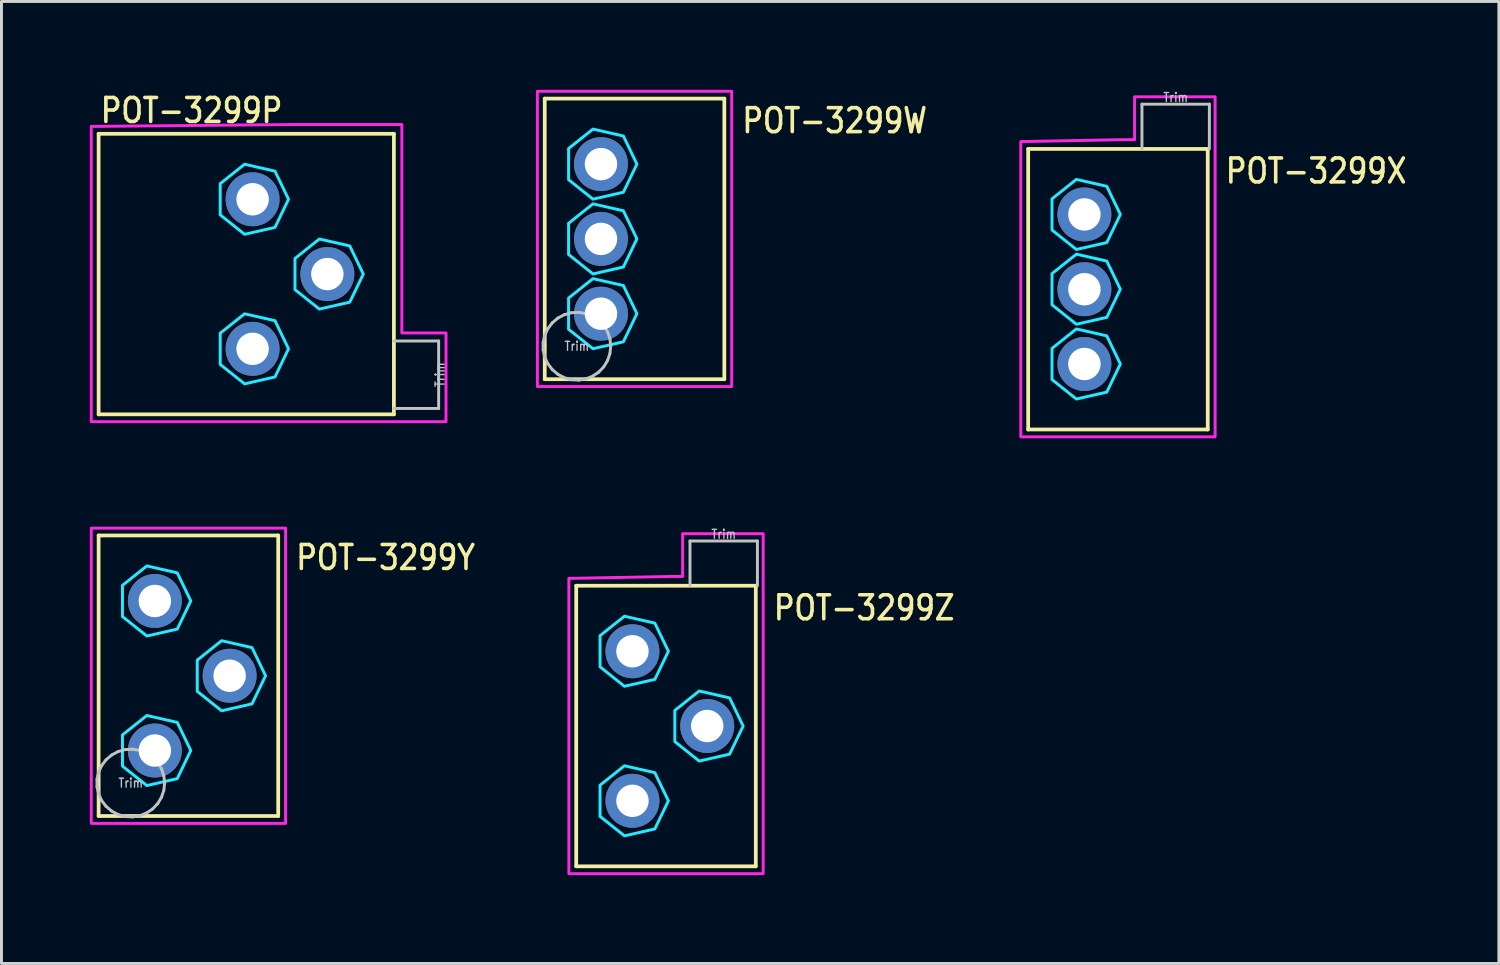
<source format=kicad_pcb>
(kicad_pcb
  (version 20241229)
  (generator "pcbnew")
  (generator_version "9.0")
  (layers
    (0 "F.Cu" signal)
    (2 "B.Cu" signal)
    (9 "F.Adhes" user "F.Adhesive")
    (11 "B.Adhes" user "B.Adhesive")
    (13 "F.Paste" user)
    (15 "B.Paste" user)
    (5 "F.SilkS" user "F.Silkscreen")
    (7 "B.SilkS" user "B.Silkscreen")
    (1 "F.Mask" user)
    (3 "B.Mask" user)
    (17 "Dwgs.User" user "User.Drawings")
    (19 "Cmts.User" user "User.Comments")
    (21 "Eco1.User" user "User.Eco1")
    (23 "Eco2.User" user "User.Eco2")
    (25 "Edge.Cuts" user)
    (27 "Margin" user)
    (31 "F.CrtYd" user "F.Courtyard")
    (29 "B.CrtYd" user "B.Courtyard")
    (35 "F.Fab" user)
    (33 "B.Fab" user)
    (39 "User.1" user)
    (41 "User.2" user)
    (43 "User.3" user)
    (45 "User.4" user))
  (footprint "POT-3299W"
    (layer "F.Cu")
    (at 17.364 5.065)
    (property "Reference" "POT-3299W" (at 4.73 -3.54 0) (unlocked yes) (layer "F.SilkS") (effects (font (size 0.813 0.695) (thickness 0.122)) (justify left bottom)))
    (fp_line (start -1.91 -4.765) (end 4.19 -4.765) (stroke (width 0.127) (type solid)) (layer "F.SilkS"))
    (fp_line (start -1.91 4.765) (end -1.91 -4.765) (stroke (width 0.127) (type solid)) (layer "F.SilkS"))
    (fp_line (start 4.19 -4.765) (end 4.19 4.765) (stroke (width 0.127) (type solid)) (layer "F.SilkS"))
    (fp_line (start 4.19 4.765) (end -1.91 4.765) (stroke (width 0.127) (type solid)) (layer "F.SilkS"))
    (fp_line (start -1.965 3.52) (end -1.965 3.77) (stroke (width 0.1) (type solid)) (layer "Dwgs.User"))
    (fp_line (start -1.965 3.77) (end -1.911 4.013) (stroke (width 0.1) (type solid)) (layer "Dwgs.User"))
    (fp_line (start -1.911 3.277) (end -1.965 3.52) (stroke (width 0.1) (type solid)) (layer "Dwgs.User"))
    (fp_line (start -1.911 4.013) (end -1.807 4.239) (stroke (width 0.1) (type solid)) (layer "Dwgs.User"))
    (fp_line (start -1.807 3.051) (end -1.911 3.277) (stroke (width 0.1) (type solid)) (layer "Dwgs.User"))
    (fp_line (start -1.807 4.239) (end -1.656 4.437) (stroke (width 0.1) (type solid)) (layer "Dwgs.User"))
    (fp_line (start -1.656 2.853) (end -1.807 3.051) (stroke (width 0.1) (type solid)) (layer "Dwgs.User"))
    (fp_line (start -1.656 4.437) (end -1.466 4.598) (stroke (width 0.1) (type solid)) (layer "Dwgs.User"))
    (fp_line (start -1.466 2.692) (end -1.656 2.853) (stroke (width 0.1) (type solid)) (layer "Dwgs.User"))
    (fp_line (start -1.466 4.598) (end -1.246 4.715) (stroke (width 0.1) (type solid)) (layer "Dwgs.User"))
    (fp_line (start -1.246 2.575) (end -1.466 2.692) (stroke (width 0.1) (type solid)) (layer "Dwgs.User"))
    (fp_line (start -1.246 4.715) (end -1.006 4.782) (stroke (width 0.1) (type solid)) (layer "Dwgs.User"))
    (fp_line (start -1.006 2.508) (end -1.246 2.575) (stroke (width 0.1) (type solid)) (layer "Dwgs.User"))
    (fp_line (start -1.006 4.782) (end -0.758 4.795) (stroke (width 0.1) (type solid)) (layer "Dwgs.User"))
    (fp_line (start -0.758 2.495) (end -1.006 2.508) (stroke (width 0.1) (type solid)) (layer "Dwgs.User"))
    (fp_line (start -0.758 4.795) (end -0.512 4.755) (stroke (width 0.1) (type solid)) (layer "Dwgs.User"))
    (fp_line (start -0.512 2.535) (end -0.758 2.495) (stroke (width 0.1) (type solid)) (layer "Dwgs.User"))
    (fp_line (start -0.512 4.755) (end -0.281 4.663) (stroke (width 0.1) (type solid)) (layer "Dwgs.User"))
    (fp_line (start -0.281 2.627) (end -0.512 2.535) (stroke (width 0.1) (type solid)) (layer "Dwgs.User"))
    (fp_line (start -0.281 4.663) (end -0.074 4.523) (stroke (width 0.1) (type solid)) (layer "Dwgs.User"))
    (fp_line (start -0.074 2.767) (end -0.281 2.627) (stroke (width 0.1) (type solid)) (layer "Dwgs.User"))
    (fp_line (start -0.074 4.523) (end 0.097 4.342) (stroke (width 0.1) (type solid)) (layer "Dwgs.User"))
    (fp_line (start 0.097 2.948) (end -0.074 2.767) (stroke (width 0.1) (type solid)) (layer "Dwgs.User"))
    (fp_line (start 0.097 4.342) (end 0.225 4.129) (stroke (width 0.1) (type solid)) (layer "Dwgs.User"))
    (fp_line (start 0.225 3.161) (end 0.097 2.948) (stroke (width 0.1) (type solid)) (layer "Dwgs.User"))
    (fp_line (start 0.225 4.129) (end 0.305 3.893) (stroke (width 0.1) (type solid)) (layer "Dwgs.User"))
    (fp_line (start 0.305 3.397) (end 0.225 3.161) (stroke (width 0.1) (type solid)) (layer "Dwgs.User"))
    (fp_line (start 0.305 3.893) (end 0.332 3.645) (stroke (width 0.1) (type solid)) (layer "Dwgs.User"))
    (fp_line (start 0.332 3.645) (end 0.305 3.397) (stroke (width 0.1) (type solid)) (layer "Dwgs.User"))
    (fp_poly (pts (xy 1.221 -2.54) (xy 0.761 -3.495) (xy -0.272 -3.73) (xy -1.1 -3.07) (xy -1.1 -2.01) (xy -0.272 -1.35) (xy 0.761 -1.585)) (stroke (width 0.1) (type solid)) (fill no) (layer "B.CrtYd"))
    (fp_poly (pts (xy 1.221 0) (xy 0.761 -0.955) (xy -0.272 -1.19) (xy -1.1 -0.53) (xy -1.1 0.53) (xy -0.272 1.19) (xy 0.761 0.955)) (stroke (width 0.1) (type solid)) (fill no) (layer "B.CrtYd"))
    (fp_poly (pts (xy 1.221 2.54) (xy 0.761 1.585) (xy -0.272 1.35) (xy -1.1 2.01) (xy -1.1 3.07) (xy -0.272 3.73) (xy 0.761 3.495)) (stroke (width 0.1) (type solid)) (fill no) (layer "B.CrtYd"))
    (fp_poly (pts (xy -2.16 -5.015) (xy 4.44 -5.015) (xy 4.44 5.015) (xy -2.16 5.015)) (stroke (width 0.1) (type solid)) (fill no) (layer "F.CrtYd"))
    (fp_text user "Trim" (at -0.82 3.645 0) (unlocked yes) (layer "Dwgs.User") (effects (font (size 0.305 0.261) (thickness 0.046))))
    (pad "1" thru_hole oval (at 0 2.54) (size 1.833 1.833) (drill 1.1) (layers "*.Cu" "*.Mask"))
    (pad "2" thru_hole oval (at 0 0) (size 1.833 1.833) (drill 1.1) (layers "*.Cu" "*.Mask"))
    (pad "3" thru_hole oval (at 0 -2.54) (size 1.833 1.833) (drill 1.1) (layers "*.Cu" "*.Mask")))
  (footprint "POT-3299P"
    (layer "F.Cu")
    (at 0.3 6.259)
    (property "Reference" "POT-3299P" (at 0 -5.08 0) (unlocked yes) (layer "F.SilkS") (effects (font (size 0.813 0.695) (thickness 0.122)) (justify left bottom)))
    (fp_line (start 0 -4.765) (end 10.03 -4.765) (stroke (width 0.127) (type solid)) (layer "F.SilkS"))
    (fp_line (start 0 4.765) (end 0 -4.765) (stroke (width 0.127) (type solid)) (layer "F.SilkS"))
    (fp_line (start 10.03 -4.765) (end 10.03 4.765) (stroke (width 0.127) (type solid)) (layer "F.SilkS"))
    (fp_line (start 10.03 4.765) (end 0 4.765) (stroke (width 0.127) (type solid)) (layer "F.SilkS"))
    (fp_line (start 10.03 2.275) (end 11.55 2.275) (stroke (width 0.1) (type solid)) (layer "Dwgs.User"))
    (fp_line (start 11.55 2.275) (end 11.55 4.565) (stroke (width 0.1) (type solid)) (layer "Dwgs.User"))
    (fp_line (start 11.55 4.565) (end 10.03 4.565) (stroke (width 0.1) (type solid)) (layer "Dwgs.User"))
    (fp_poly (pts (xy 6.451 -2.54) (xy 5.991 -3.495) (xy 4.958 -3.73) (xy 4.13 -3.07) (xy 4.13 -2.01) (xy 4.958 -1.35) (xy 5.991 -1.585)) (stroke (width 0.1) (type solid)) (fill no) (layer "B.CrtYd"))
    (fp_poly (pts (xy 6.451 2.54) (xy 5.991 1.585) (xy 4.958 1.35) (xy 4.13 2.01) (xy 4.13 3.07) (xy 4.958 3.73) (xy 5.991 3.495)) (stroke (width 0.1) (type solid)) (fill no) (layer "B.CrtYd"))
    (fp_poly (pts (xy 8.991 0) (xy 8.531 -0.955) (xy 7.498 -1.19) (xy 6.67 -0.53) (xy 6.67 0.53) (xy 7.498 1.19) (xy 8.531 0.955)) (stroke (width 0.1) (type solid)) (fill no) (layer "B.CrtYd"))
    (fp_poly (pts (xy -0.25 -5.015) (xy 6.67 -5.08) (xy 10.3 -5.08) (xy 10.3 2) (xy 11.8 2) (xy 11.8 5.015) (xy -0.25 5.015)) (stroke (width 0.1) (type solid)) (fill no) (layer "F.CrtYd"))
    (fp_text user "Trim" (at 11.595 3.42 90) (unlocked yes) (layer "Dwgs.User") (effects (font (size 0.305 0.261) (thickness 0.046))))
    (pad "P$1" thru_hole oval (at 5.23 2.54) (size 1.833 1.833) (drill 1.1) (layers "*.Cu" "*.Mask"))
    (pad "P$2" thru_hole oval (at 7.77 0) (size 1.833 1.833) (drill 1.1) (layers "*.Cu" "*.Mask"))
    (pad "P$3" thru_hole oval (at 5.23 -2.54) (size 1.833 1.833) (drill 1.1) (layers "*.Cu" "*.Mask")))
  (footprint "POT-3299Z"
    (layer "F.Cu")
    (at 18.433 21.612)
    (property "Reference" "POT-3299Z" (at 4.73 -3.54 0) (unlocked yes) (layer "F.SilkS") (effects (font (size 0.813 0.695) (thickness 0.122)) (justify left bottom)))
    (fp_line (start -1.91 -4.765) (end 4.19 -4.765) (stroke (width 0.127) (type solid)) (layer "F.SilkS"))
    (fp_line (start -1.91 4.765) (end -1.91 -4.765) (stroke (width 0.127) (type solid)) (layer "F.SilkS"))
    (fp_line (start 4.19 -4.765) (end 4.19 4.765) (stroke (width 0.127) (type solid)) (layer "F.SilkS"))
    (fp_line (start 4.19 4.765) (end -1.91 4.765) (stroke (width 0.127) (type solid)) (layer "F.SilkS"))
    (fp_line (start 1.955 -6.285) (end 4.245 -6.285) (stroke (width 0.1) (type solid)) (layer "Dwgs.User"))
    (fp_line (start 1.955 -4.765) (end 1.955 -6.285) (stroke (width 0.1) (type solid)) (layer "Dwgs.User"))
    (fp_line (start 4.245 -6.285) (end 4.245 -4.765) (stroke (width 0.1) (type solid)) (layer "Dwgs.User"))
    (fp_poly (pts (xy 1.221 -2.54) (xy 0.761 -3.495) (xy -0.272 -3.73) (xy -1.1 -3.07) (xy -1.1 -2.01) (xy -0.272 -1.35) (xy 0.761 -1.585)) (stroke (width 0.1) (type solid)) (fill no) (layer "B.CrtYd"))
    (fp_poly (pts (xy 1.221 2.54) (xy 0.761 1.585) (xy -0.272 1.35) (xy -1.1 2.01) (xy -1.1 3.07) (xy -0.272 3.73) (xy 0.761 3.495)) (stroke (width 0.1) (type solid)) (fill no) (layer "B.CrtYd"))
    (fp_poly (pts (xy 3.761 0) (xy 3.301 -0.955) (xy 2.268 -1.19) (xy 1.44 -0.53) (xy 1.44 0.53) (xy 2.268 1.19) (xy 3.301 0.955)) (stroke (width 0.1) (type solid)) (fill no) (layer "B.CrtYd"))
    (fp_poly (pts (xy -2.16 -5.015) (xy 1.27 -5.08) (xy 1.705 -5.08) (xy 1.705 -6.535) (xy 4.44 -6.535) (xy 4.44 5.015) (xy -2.16 5.015)) (stroke (width 0.1) (type solid)) (fill no) (layer "F.CrtYd"))
    (fp_text user "Trim" (at 3.1 -6.515 0) (unlocked yes) (layer "Dwgs.User") (effects (font (size 0.305 0.261) (thickness 0.046))))
    (pad "1" thru_hole oval (at 0 2.54) (size 1.833 1.833) (drill 1.1) (layers "*.Cu" "*.Mask"))
    (pad "2" thru_hole oval (at 2.54 0) (size 1.833 1.833) (drill 1.1) (layers "*.Cu" "*.Mask"))
    (pad "3" thru_hole oval (at 0 -2.54) (size 1.833 1.833) (drill 1.1) (layers "*.Cu" "*.Mask")))
  (footprint "POT-3299Y"
    (layer "F.Cu")
    (at 2.21 19.904)
    (property "Reference" "POT-3299Y" (at 4.73 -3.54 0) (unlocked yes) (layer "F.SilkS") (effects (font (size 0.813 0.695) (thickness 0.122)) (justify left bottom)))
    (fp_line (start -1.91 -4.765) (end 4.19 -4.765) (stroke (width 0.127) (type solid)) (layer "F.SilkS"))
    (fp_line (start -1.91 4.765) (end -1.91 -4.765) (stroke (width 0.127) (type solid)) (layer "F.SilkS"))
    (fp_line (start 4.19 -4.765) (end 4.19 4.765) (stroke (width 0.127) (type solid)) (layer "F.SilkS"))
    (fp_line (start 4.19 4.765) (end -1.91 4.765) (stroke (width 0.127) (type solid)) (layer "F.SilkS"))
    (fp_line (start -1.965 3.52) (end -1.965 3.77) (stroke (width 0.1) (type solid)) (layer "Dwgs.User"))
    (fp_line (start -1.965 3.77) (end -1.911 4.013) (stroke (width 0.1) (type solid)) (layer "Dwgs.User"))
    (fp_line (start -1.911 3.277) (end -1.965 3.52) (stroke (width 0.1) (type solid)) (layer "Dwgs.User"))
    (fp_line (start -1.911 4.013) (end -1.807 4.239) (stroke (width 0.1) (type solid)) (layer "Dwgs.User"))
    (fp_line (start -1.807 3.051) (end -1.911 3.277) (stroke (width 0.1) (type solid)) (layer "Dwgs.User"))
    (fp_line (start -1.807 4.239) (end -1.656 4.437) (stroke (width 0.1) (type solid)) (layer "Dwgs.User"))
    (fp_line (start -1.656 2.853) (end -1.807 3.051) (stroke (width 0.1) (type solid)) (layer "Dwgs.User"))
    (fp_line (start -1.656 4.437) (end -1.466 4.598) (stroke (width 0.1) (type solid)) (layer "Dwgs.User"))
    (fp_line (start -1.466 2.692) (end -1.656 2.853) (stroke (width 0.1) (type solid)) (layer "Dwgs.User"))
    (fp_line (start -1.466 4.598) (end -1.246 4.715) (stroke (width 0.1) (type solid)) (layer "Dwgs.User"))
    (fp_line (start -1.246 2.575) (end -1.466 2.692) (stroke (width 0.1) (type solid)) (layer "Dwgs.User"))
    (fp_line (start -1.246 4.715) (end -1.006 4.782) (stroke (width 0.1) (type solid)) (layer "Dwgs.User"))
    (fp_line (start -1.006 2.508) (end -1.246 2.575) (stroke (width 0.1) (type solid)) (layer "Dwgs.User"))
    (fp_line (start -1.006 4.782) (end -0.758 4.795) (stroke (width 0.1) (type solid)) (layer "Dwgs.User"))
    (fp_line (start -0.758 2.495) (end -1.006 2.508) (stroke (width 0.1) (type solid)) (layer "Dwgs.User"))
    (fp_line (start -0.758 4.795) (end -0.512 4.755) (stroke (width 0.1) (type solid)) (layer "Dwgs.User"))
    (fp_line (start -0.512 2.535) (end -0.758 2.495) (stroke (width 0.1) (type solid)) (layer "Dwgs.User"))
    (fp_line (start -0.512 4.755) (end -0.281 4.663) (stroke (width 0.1) (type solid)) (layer "Dwgs.User"))
    (fp_line (start -0.281 2.627) (end -0.512 2.535) (stroke (width 0.1) (type solid)) (layer "Dwgs.User"))
    (fp_line (start -0.281 4.663) (end -0.074 4.523) (stroke (width 0.1) (type solid)) (layer "Dwgs.User"))
    (fp_line (start -0.074 2.767) (end -0.281 2.627) (stroke (width 0.1) (type solid)) (layer "Dwgs.User"))
    (fp_line (start -0.074 4.523) (end 0.097 4.342) (stroke (width 0.1) (type solid)) (layer "Dwgs.User"))
    (fp_line (start 0.097 2.948) (end -0.074 2.767) (stroke (width 0.1) (type solid)) (layer "Dwgs.User"))
    (fp_line (start 0.097 4.342) (end 0.225 4.129) (stroke (width 0.1) (type solid)) (layer "Dwgs.User"))
    (fp_line (start 0.225 3.161) (end 0.097 2.948) (stroke (width 0.1) (type solid)) (layer "Dwgs.User"))
    (fp_line (start 0.225 4.129) (end 0.305 3.893) (stroke (width 0.1) (type solid)) (layer "Dwgs.User"))
    (fp_line (start 0.305 3.397) (end 0.225 3.161) (stroke (width 0.1) (type solid)) (layer "Dwgs.User"))
    (fp_line (start 0.305 3.893) (end 0.332 3.645) (stroke (width 0.1) (type solid)) (layer "Dwgs.User"))
    (fp_line (start 0.332 3.645) (end 0.305 3.397) (stroke (width 0.1) (type solid)) (layer "Dwgs.User"))
    (fp_poly (pts (xy 1.221 -2.54) (xy 0.761 -3.495) (xy -0.272 -3.73) (xy -1.1 -3.07) (xy -1.1 -2.01) (xy -0.272 -1.35) (xy 0.761 -1.585)) (stroke (width 0.1) (type solid)) (fill no) (layer "B.CrtYd"))
    (fp_poly (pts (xy 1.221 2.54) (xy 0.761 1.585) (xy -0.272 1.35) (xy -1.1 2.01) (xy -1.1 3.07) (xy -0.272 3.73) (xy 0.761 3.495)) (stroke (width 0.1) (type solid)) (fill no) (layer "B.CrtYd"))
    (fp_poly (pts (xy 3.761 0) (xy 3.301 -0.955) (xy 2.268 -1.19) (xy 1.44 -0.53) (xy 1.44 0.53) (xy 2.268 1.19) (xy 3.301 0.955)) (stroke (width 0.1) (type solid)) (fill no) (layer "B.CrtYd"))
    (fp_poly (pts (xy -2.16 -5.015) (xy 4.44 -5.015) (xy 4.44 5.015) (xy -2.16 5.015)) (stroke (width 0.1) (type solid)) (fill no) (layer "F.CrtYd"))
    (fp_text user "Trim" (at -0.82 3.645 0) (unlocked yes) (layer "Dwgs.User") (effects (font (size 0.305 0.261) (thickness 0.046))))
    (pad "1" thru_hole oval (at 0 2.54) (size 1.833 1.833) (drill 1.1) (layers "*.Cu" "*.Mask"))
    (pad "2" thru_hole oval (at 2.54 0) (size 1.833 1.833) (drill 1.1) (layers "*.Cu" "*.Mask"))
    (pad "3" thru_hole oval (at 0 -2.54) (size 1.833 1.833) (drill 1.1) (layers "*.Cu" "*.Mask")))
  (footprint "POT-3299X"
    (layer "F.Cu")
    (at 33.785 6.774)
    (property "Reference" "POT-3299X" (at 4.73 -3.54 0) (unlocked yes) (layer "F.SilkS") (effects (font (size 0.813 0.695) (thickness 0.122)) (justify left bottom)))
    (fp_line (start -1.91 -4.765) (end 4.19 -4.765) (stroke (width 0.127) (type solid)) (layer "F.SilkS"))
    (fp_line (start -1.91 4.765) (end -1.91 -4.765) (stroke (width 0.127) (type solid)) (layer "F.SilkS"))
    (fp_line (start 4.19 -4.765) (end 4.19 4.765) (stroke (width 0.127) (type solid)) (layer "F.SilkS"))
    (fp_line (start 4.19 4.765) (end -1.91 4.765) (stroke (width 0.127) (type solid)) (layer "F.SilkS"))
    (fp_line (start 1.955 -6.285) (end 4.245 -6.285) (stroke (width 0.1) (type solid)) (layer "Dwgs.User"))
    (fp_line (start 1.955 -4.765) (end 1.955 -6.285) (stroke (width 0.1) (type solid)) (layer "Dwgs.User"))
    (fp_line (start 4.245 -6.285) (end 4.245 -4.765) (stroke (width 0.1) (type solid)) (layer "Dwgs.User"))
    (fp_poly (pts (xy 1.221 -2.54) (xy 0.761 -3.495) (xy -0.272 -3.73) (xy -1.1 -3.07) (xy -1.1 -2.01) (xy -0.272 -1.35) (xy 0.761 -1.585)) (stroke (width 0.1) (type solid)) (fill no) (layer "B.CrtYd"))
    (fp_poly (pts (xy 1.221 0) (xy 0.761 -0.955) (xy -0.272 -1.19) (xy -1.1 -0.53) (xy -1.1 0.53) (xy -0.272 1.19) (xy 0.761 0.955)) (stroke (width 0.1) (type solid)) (fill no) (layer "B.CrtYd"))
    (fp_poly (pts (xy 1.221 2.54) (xy 0.761 1.585) (xy -0.272 1.35) (xy -1.1 2.01) (xy -1.1 3.07) (xy -0.272 3.73) (xy 0.761 3.495)) (stroke (width 0.1) (type solid)) (fill no) (layer "B.CrtYd"))
    (fp_poly (pts (xy -2.16 -5.015) (xy 1.27 -5.08) (xy 1.705 -5.08) (xy 1.705 -6.535) (xy 4.44 -6.535) (xy 4.44 5.015) (xy -2.16 5.015)) (stroke (width 0.1) (type solid)) (fill no) (layer "F.CrtYd"))
    (fp_text user "Trim" (at 3.1 -6.515 0) (unlocked yes) (layer "Dwgs.User") (effects (font (size 0.305 0.261) (thickness 0.046))))
    (pad "1" thru_hole oval (at 0 2.54) (size 1.833 1.833) (drill 1.1) (layers "*.Cu" "*.Mask"))
    (pad "2" thru_hole oval (at 0 0) (size 1.833 1.833) (drill 1.1) (layers "*.Cu" "*.Mask"))
    (pad "3" thru_hole oval (at 0 -2.54) (size 1.833 1.833) (drill 1.1) (layers "*.Cu" "*.Mask")))
  (gr_rect
    (start -3 -3)
    (end 47.864 29.677)
    (stroke (width 0.1) (type default))
    (fill no)
    (layer "Edge.Cuts")))
</source>
